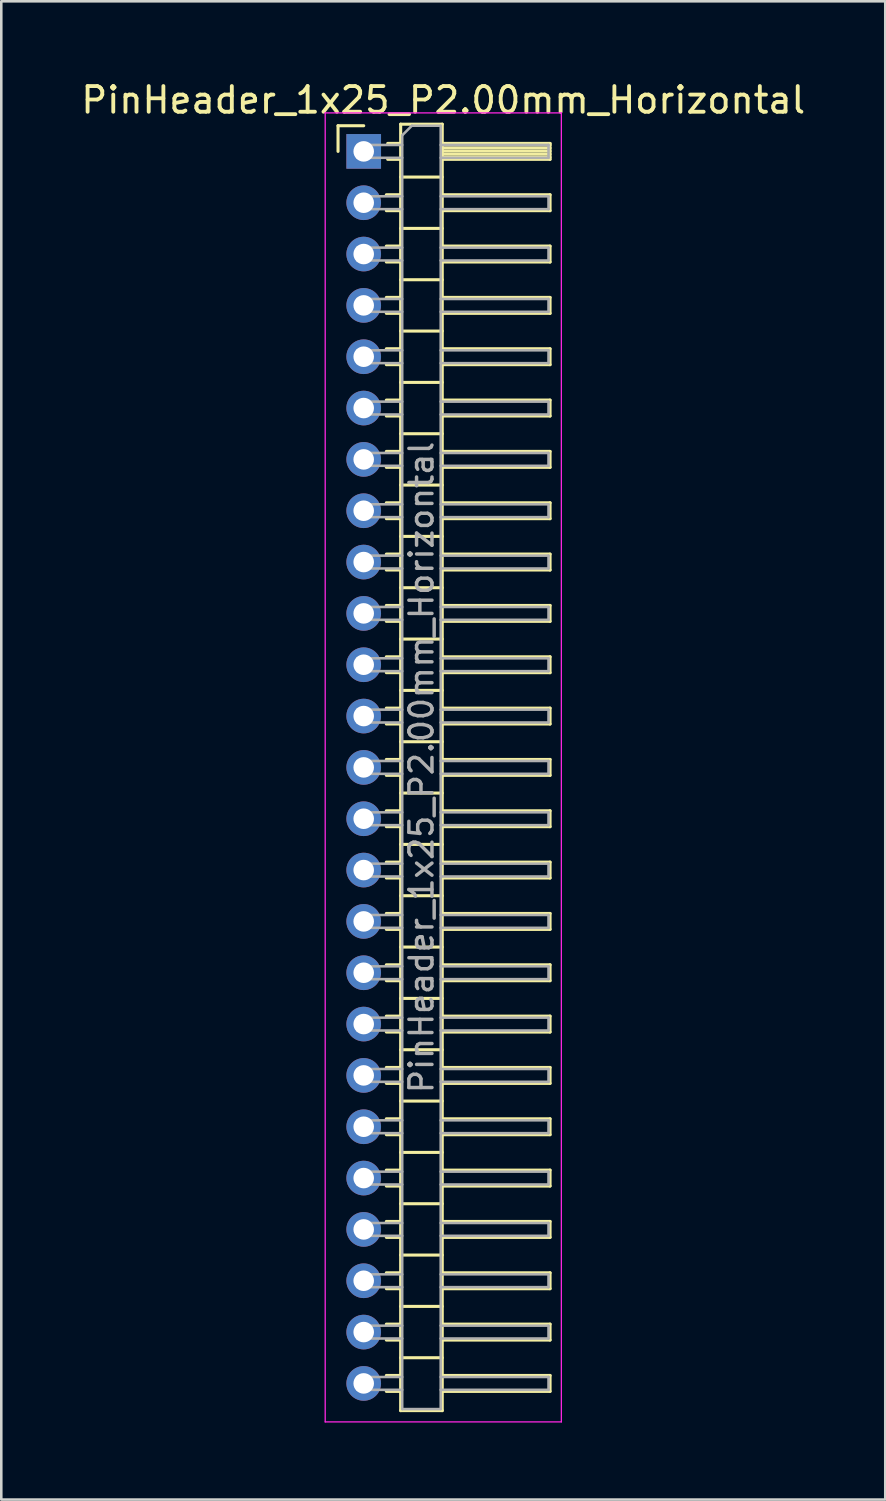
<source format=kicad_pcb>
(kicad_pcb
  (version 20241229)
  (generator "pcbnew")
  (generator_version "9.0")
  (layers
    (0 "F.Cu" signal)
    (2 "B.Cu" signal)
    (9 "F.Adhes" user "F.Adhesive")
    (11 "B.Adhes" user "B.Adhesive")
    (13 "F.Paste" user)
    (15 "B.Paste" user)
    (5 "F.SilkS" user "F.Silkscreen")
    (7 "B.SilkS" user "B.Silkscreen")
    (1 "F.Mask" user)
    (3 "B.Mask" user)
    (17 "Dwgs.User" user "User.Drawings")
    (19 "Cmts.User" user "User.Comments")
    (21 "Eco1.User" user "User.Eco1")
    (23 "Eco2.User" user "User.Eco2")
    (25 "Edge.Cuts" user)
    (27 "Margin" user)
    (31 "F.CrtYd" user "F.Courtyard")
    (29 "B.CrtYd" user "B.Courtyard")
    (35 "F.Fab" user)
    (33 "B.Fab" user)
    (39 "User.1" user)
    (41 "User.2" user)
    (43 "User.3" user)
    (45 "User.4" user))
  (footprint "PinHeader_1x25_P2.00mm_Horizontal"
    (layer "F.Cu")
    (at 11.12 2.848)
    (property "Reference" "PinHeader_1x25_P2.00mm_Horizontal" (at 3.1 -2 0) (layer "F.SilkS") (effects (font (size 1 1) (thickness 0.15))))
    (attr through_hole)
    (fp_line (start -1 -1) (end 0 -1) (stroke (width 0.12) (type solid)) (layer "F.SilkS"))
    (fp_line (start -1 0) (end -1 -1) (stroke (width 0.12) (type solid)) (layer "F.SilkS"))
    (fp_line (start 0.882 1.69) (end 1.44 1.69) (stroke (width 0.12) (type solid)) (layer "F.SilkS"))
    (fp_line (start 0.882 2.31) (end 1.44 2.31) (stroke (width 0.12) (type solid)) (layer "F.SilkS"))
    (fp_line (start 0.882 3.69) (end 1.44 3.69) (stroke (width 0.12) (type solid)) (layer "F.SilkS"))
    (fp_line (start 0.882 4.31) (end 1.44 4.31) (stroke (width 0.12) (type solid)) (layer "F.SilkS"))
    (fp_line (start 0.882 5.69) (end 1.44 5.69) (stroke (width 0.12) (type solid)) (layer "F.SilkS"))
    (fp_line (start 0.882 6.31) (end 1.44 6.31) (stroke (width 0.12) (type solid)) (layer "F.SilkS"))
    (fp_line (start 0.882 7.69) (end 1.44 7.69) (stroke (width 0.12) (type solid)) (layer "F.SilkS"))
    (fp_line (start 0.882 8.31) (end 1.44 8.31) (stroke (width 0.12) (type solid)) (layer "F.SilkS"))
    (fp_line (start 0.882 9.69) (end 1.44 9.69) (stroke (width 0.12) (type solid)) (layer "F.SilkS"))
    (fp_line (start 0.882 10.31) (end 1.44 10.31) (stroke (width 0.12) (type solid)) (layer "F.SilkS"))
    (fp_line (start 0.882 11.69) (end 1.44 11.69) (stroke (width 0.12) (type solid)) (layer "F.SilkS"))
    (fp_line (start 0.882 12.31) (end 1.44 12.31) (stroke (width 0.12) (type solid)) (layer "F.SilkS"))
    (fp_line (start 0.882 13.69) (end 1.44 13.69) (stroke (width 0.12) (type solid)) (layer "F.SilkS"))
    (fp_line (start 0.882 14.31) (end 1.44 14.31) (stroke (width 0.12) (type solid)) (layer "F.SilkS"))
    (fp_line (start 0.882 15.69) (end 1.44 15.69) (stroke (width 0.12) (type solid)) (layer "F.SilkS"))
    (fp_line (start 0.882 16.31) (end 1.44 16.31) (stroke (width 0.12) (type solid)) (layer "F.SilkS"))
    (fp_line (start 0.882 17.69) (end 1.44 17.69) (stroke (width 0.12) (type solid)) (layer "F.SilkS"))
    (fp_line (start 0.882 18.31) (end 1.44 18.31) (stroke (width 0.12) (type solid)) (layer "F.SilkS"))
    (fp_line (start 0.882 19.69) (end 1.44 19.69) (stroke (width 0.12) (type solid)) (layer "F.SilkS"))
    (fp_line (start 0.882 20.31) (end 1.44 20.31) (stroke (width 0.12) (type solid)) (layer "F.SilkS"))
    (fp_line (start 0.882 21.69) (end 1.44 21.69) (stroke (width 0.12) (type solid)) (layer "F.SilkS"))
    (fp_line (start 0.882 22.31) (end 1.44 22.31) (stroke (width 0.12) (type solid)) (layer "F.SilkS"))
    (fp_line (start 0.882 23.69) (end 1.44 23.69) (stroke (width 0.12) (type solid)) (layer "F.SilkS"))
    (fp_line (start 0.882 24.31) (end 1.44 24.31) (stroke (width 0.12) (type solid)) (layer "F.SilkS"))
    (fp_line (start 0.882 25.69) (end 1.44 25.69) (stroke (width 0.12) (type solid)) (layer "F.SilkS"))
    (fp_line (start 0.882 26.31) (end 1.44 26.31) (stroke (width 0.12) (type solid)) (layer "F.SilkS"))
    (fp_line (start 0.882 27.69) (end 1.44 27.69) (stroke (width 0.12) (type solid)) (layer "F.SilkS"))
    (fp_line (start 0.882 28.31) (end 1.44 28.31) (stroke (width 0.12) (type solid)) (layer "F.SilkS"))
    (fp_line (start 0.882 29.69) (end 1.44 29.69) (stroke (width 0.12) (type solid)) (layer "F.SilkS"))
    (fp_line (start 0.882 30.31) (end 1.44 30.31) (stroke (width 0.12) (type solid)) (layer "F.SilkS"))
    (fp_line (start 0.882 31.69) (end 1.44 31.69) (stroke (width 0.12) (type solid)) (layer "F.SilkS"))
    (fp_line (start 0.882 32.31) (end 1.44 32.31) (stroke (width 0.12) (type solid)) (layer "F.SilkS"))
    (fp_line (start 0.882 33.69) (end 1.44 33.69) (stroke (width 0.12) (type solid)) (layer "F.SilkS"))
    (fp_line (start 0.882 34.31) (end 1.44 34.31) (stroke (width 0.12) (type solid)) (layer "F.SilkS"))
    (fp_line (start 0.882 35.69) (end 1.44 35.69) (stroke (width 0.12) (type solid)) (layer "F.SilkS"))
    (fp_line (start 0.882 36.31) (end 1.44 36.31) (stroke (width 0.12) (type solid)) (layer "F.SilkS"))
    (fp_line (start 0.882 37.69) (end 1.44 37.69) (stroke (width 0.12) (type solid)) (layer "F.SilkS"))
    (fp_line (start 0.882 38.31) (end 1.44 38.31) (stroke (width 0.12) (type solid)) (layer "F.SilkS"))
    (fp_line (start 0.882 39.69) (end 1.44 39.69) (stroke (width 0.12) (type solid)) (layer "F.SilkS"))
    (fp_line (start 0.882 40.31) (end 1.44 40.31) (stroke (width 0.12) (type solid)) (layer "F.SilkS"))
    (fp_line (start 0.882 41.69) (end 1.44 41.69) (stroke (width 0.12) (type solid)) (layer "F.SilkS"))
    (fp_line (start 0.882 42.31) (end 1.44 42.31) (stroke (width 0.12) (type solid)) (layer "F.SilkS"))
    (fp_line (start 0.882 43.69) (end 1.44 43.69) (stroke (width 0.12) (type solid)) (layer "F.SilkS"))
    (fp_line (start 0.882 44.31) (end 1.44 44.31) (stroke (width 0.12) (type solid)) (layer "F.SilkS"))
    (fp_line (start 0.882 45.69) (end 1.44 45.69) (stroke (width 0.12) (type solid)) (layer "F.SilkS"))
    (fp_line (start 0.882 46.31) (end 1.44 46.31) (stroke (width 0.12) (type solid)) (layer "F.SilkS"))
    (fp_line (start 0.882 47.69) (end 1.44 47.69) (stroke (width 0.12) (type solid)) (layer "F.SilkS"))
    (fp_line (start 0.882 48.31) (end 1.44 48.31) (stroke (width 0.12) (type solid)) (layer "F.SilkS"))
    (fp_line (start 0.935 -0.31) (end 1.44 -0.31) (stroke (width 0.12) (type solid)) (layer "F.SilkS"))
    (fp_line (start 0.935 0.31) (end 1.44 0.31) (stroke (width 0.12) (type solid)) (layer "F.SilkS"))
    (fp_line (start 1.44 -1.06) (end 1.44 49.06) (stroke (width 0.12) (type solid)) (layer "F.SilkS"))
    (fp_line (start 1.44 1) (end 3.06 1) (stroke (width 0.12) (type solid)) (layer "F.SilkS"))
    (fp_line (start 1.44 3) (end 3.06 3) (stroke (width 0.12) (type solid)) (layer "F.SilkS"))
    (fp_line (start 1.44 5) (end 3.06 5) (stroke (width 0.12) (type solid)) (layer "F.SilkS"))
    (fp_line (start 1.44 7) (end 3.06 7) (stroke (width 0.12) (type solid)) (layer "F.SilkS"))
    (fp_line (start 1.44 9) (end 3.06 9) (stroke (width 0.12) (type solid)) (layer "F.SilkS"))
    (fp_line (start 1.44 11) (end 3.06 11) (stroke (width 0.12) (type solid)) (layer "F.SilkS"))
    (fp_line (start 1.44 13) (end 3.06 13) (stroke (width 0.12) (type solid)) (layer "F.SilkS"))
    (fp_line (start 1.44 15) (end 3.06 15) (stroke (width 0.12) (type solid)) (layer "F.SilkS"))
    (fp_line (start 1.44 17) (end 3.06 17) (stroke (width 0.12) (type solid)) (layer "F.SilkS"))
    (fp_line (start 1.44 19) (end 3.06 19) (stroke (width 0.12) (type solid)) (layer "F.SilkS"))
    (fp_line (start 1.44 21) (end 3.06 21) (stroke (width 0.12) (type solid)) (layer "F.SilkS"))
    (fp_line (start 1.44 23) (end 3.06 23) (stroke (width 0.12) (type solid)) (layer "F.SilkS"))
    (fp_line (start 1.44 25) (end 3.06 25) (stroke (width 0.12) (type solid)) (layer "F.SilkS"))
    (fp_line (start 1.44 27) (end 3.06 27) (stroke (width 0.12) (type solid)) (layer "F.SilkS"))
    (fp_line (start 1.44 29) (end 3.06 29) (stroke (width 0.12) (type solid)) (layer "F.SilkS"))
    (fp_line (start 1.44 31) (end 3.06 31) (stroke (width 0.12) (type solid)) (layer "F.SilkS"))
    (fp_line (start 1.44 33) (end 3.06 33) (stroke (width 0.12) (type solid)) (layer "F.SilkS"))
    (fp_line (start 1.44 35) (end 3.06 35) (stroke (width 0.12) (type solid)) (layer "F.SilkS"))
    (fp_line (start 1.44 37) (end 3.06 37) (stroke (width 0.12) (type solid)) (layer "F.SilkS"))
    (fp_line (start 1.44 39) (end 3.06 39) (stroke (width 0.12) (type solid)) (layer "F.SilkS"))
    (fp_line (start 1.44 41) (end 3.06 41) (stroke (width 0.12) (type solid)) (layer "F.SilkS"))
    (fp_line (start 1.44 43) (end 3.06 43) (stroke (width 0.12) (type solid)) (layer "F.SilkS"))
    (fp_line (start 1.44 45) (end 3.06 45) (stroke (width 0.12) (type solid)) (layer "F.SilkS"))
    (fp_line (start 1.44 47) (end 3.06 47) (stroke (width 0.12) (type solid)) (layer "F.SilkS"))
    (fp_line (start 1.44 49.06) (end 3.06 49.06) (stroke (width 0.12) (type solid)) (layer "F.SilkS"))
    (fp_line (start 3.06 -1.06) (end 1.44 -1.06) (stroke (width 0.12) (type solid)) (layer "F.SilkS"))
    (fp_line (start 3.06 -0.31) (end 7.26 -0.31) (stroke (width 0.12) (type solid)) (layer "F.SilkS"))
    (fp_line (start 3.06 -0.25) (end 7.26 -0.25) (stroke (width 0.12) (type solid)) (layer "F.SilkS"))
    (fp_line (start 3.06 -0.13) (end 7.26 -0.13) (stroke (width 0.12) (type solid)) (layer "F.SilkS"))
    (fp_line (start 3.06 -0.01) (end 7.26 -0.01) (stroke (width 0.12) (type solid)) (layer "F.SilkS"))
    (fp_line (start 3.06 0.11) (end 7.26 0.11) (stroke (width 0.12) (type solid)) (layer "F.SilkS"))
    (fp_line (start 3.06 0.23) (end 7.26 0.23) (stroke (width 0.12) (type solid)) (layer "F.SilkS"))
    (fp_line (start 3.06 1.69) (end 7.26 1.69) (stroke (width 0.12) (type solid)) (layer "F.SilkS"))
    (fp_line (start 3.06 3.69) (end 7.26 3.69) (stroke (width 0.12) (type solid)) (layer "F.SilkS"))
    (fp_line (start 3.06 5.69) (end 7.26 5.69) (stroke (width 0.12) (type solid)) (layer "F.SilkS"))
    (fp_line (start 3.06 7.69) (end 7.26 7.69) (stroke (width 0.12) (type solid)) (layer "F.SilkS"))
    (fp_line (start 3.06 9.69) (end 7.26 9.69) (stroke (width 0.12) (type solid)) (layer "F.SilkS"))
    (fp_line (start 3.06 11.69) (end 7.26 11.69) (stroke (width 0.12) (type solid)) (layer "F.SilkS"))
    (fp_line (start 3.06 13.69) (end 7.26 13.69) (stroke (width 0.12) (type solid)) (layer "F.SilkS"))
    (fp_line (start 3.06 15.69) (end 7.26 15.69) (stroke (width 0.12) (type solid)) (layer "F.SilkS"))
    (fp_line (start 3.06 17.69) (end 7.26 17.69) (stroke (width 0.12) (type solid)) (layer "F.SilkS"))
    (fp_line (start 3.06 19.69) (end 7.26 19.69) (stroke (width 0.12) (type solid)) (layer "F.SilkS"))
    (fp_line (start 3.06 21.69) (end 7.26 21.69) (stroke (width 0.12) (type solid)) (layer "F.SilkS"))
    (fp_line (start 3.06 23.69) (end 7.26 23.69) (stroke (width 0.12) (type solid)) (layer "F.SilkS"))
    (fp_line (start 3.06 25.69) (end 7.26 25.69) (stroke (width 0.12) (type solid)) (layer "F.SilkS"))
    (fp_line (start 3.06 27.69) (end 7.26 27.69) (stroke (width 0.12) (type solid)) (layer "F.SilkS"))
    (fp_line (start 3.06 29.69) (end 7.26 29.69) (stroke (width 0.12) (type solid)) (layer "F.SilkS"))
    (fp_line (start 3.06 31.69) (end 7.26 31.69) (stroke (width 0.12) (type solid)) (layer "F.SilkS"))
    (fp_line (start 3.06 33.69) (end 7.26 33.69) (stroke (width 0.12) (type solid)) (layer "F.SilkS"))
    (fp_line (start 3.06 35.69) (end 7.26 35.69) (stroke (width 0.12) (type solid)) (layer "F.SilkS"))
    (fp_line (start 3.06 37.69) (end 7.26 37.69) (stroke (width 0.12) (type solid)) (layer "F.SilkS"))
    (fp_line (start 3.06 39.69) (end 7.26 39.69) (stroke (width 0.12) (type solid)) (layer "F.SilkS"))
    (fp_line (start 3.06 41.69) (end 7.26 41.69) (stroke (width 0.12) (type solid)) (layer "F.SilkS"))
    (fp_line (start 3.06 43.69) (end 7.26 43.69) (stroke (width 0.12) (type solid)) (layer "F.SilkS"))
    (fp_line (start 3.06 45.69) (end 7.26 45.69) (stroke (width 0.12) (type solid)) (layer "F.SilkS"))
    (fp_line (start 3.06 47.69) (end 7.26 47.69) (stroke (width 0.12) (type solid)) (layer "F.SilkS"))
    (fp_line (start 3.06 49.06) (end 3.06 -1.06) (stroke (width 0.12) (type solid)) (layer "F.SilkS"))
    (fp_line (start 7.26 -0.31) (end 7.26 0.31) (stroke (width 0.12) (type solid)) (layer "F.SilkS"))
    (fp_line (start 7.26 0.31) (end 3.06 0.31) (stroke (width 0.12) (type solid)) (layer "F.SilkS"))
    (fp_line (start 7.26 1.69) (end 7.26 2.31) (stroke (width 0.12) (type solid)) (layer "F.SilkS"))
    (fp_line (start 7.26 2.31) (end 3.06 2.31) (stroke (width 0.12) (type solid)) (layer "F.SilkS"))
    (fp_line (start 7.26 3.69) (end 7.26 4.31) (stroke (width 0.12) (type solid)) (layer "F.SilkS"))
    (fp_line (start 7.26 4.31) (end 3.06 4.31) (stroke (width 0.12) (type solid)) (layer "F.SilkS"))
    (fp_line (start 7.26 5.69) (end 7.26 6.31) (stroke (width 0.12) (type solid)) (layer "F.SilkS"))
    (fp_line (start 7.26 6.31) (end 3.06 6.31) (stroke (width 0.12) (type solid)) (layer "F.SilkS"))
    (fp_line (start 7.26 7.69) (end 7.26 8.31) (stroke (width 0.12) (type solid)) (layer "F.SilkS"))
    (fp_line (start 7.26 8.31) (end 3.06 8.31) (stroke (width 0.12) (type solid)) (layer "F.SilkS"))
    (fp_line (start 7.26 9.69) (end 7.26 10.31) (stroke (width 0.12) (type solid)) (layer "F.SilkS"))
    (fp_line (start 7.26 10.31) (end 3.06 10.31) (stroke (width 0.12) (type solid)) (layer "F.SilkS"))
    (fp_line (start 7.26 11.69) (end 7.26 12.31) (stroke (width 0.12) (type solid)) (layer "F.SilkS"))
    (fp_line (start 7.26 12.31) (end 3.06 12.31) (stroke (width 0.12) (type solid)) (layer "F.SilkS"))
    (fp_line (start 7.26 13.69) (end 7.26 14.31) (stroke (width 0.12) (type solid)) (layer "F.SilkS"))
    (fp_line (start 7.26 14.31) (end 3.06 14.31) (stroke (width 0.12) (type solid)) (layer "F.SilkS"))
    (fp_line (start 7.26 15.69) (end 7.26 16.31) (stroke (width 0.12) (type solid)) (layer "F.SilkS"))
    (fp_line (start 7.26 16.31) (end 3.06 16.31) (stroke (width 0.12) (type solid)) (layer "F.SilkS"))
    (fp_line (start 7.26 17.69) (end 7.26 18.31) (stroke (width 0.12) (type solid)) (layer "F.SilkS"))
    (fp_line (start 7.26 18.31) (end 3.06 18.31) (stroke (width 0.12) (type solid)) (layer "F.SilkS"))
    (fp_line (start 7.26 19.69) (end 7.26 20.31) (stroke (width 0.12) (type solid)) (layer "F.SilkS"))
    (fp_line (start 7.26 20.31) (end 3.06 20.31) (stroke (width 0.12) (type solid)) (layer "F.SilkS"))
    (fp_line (start 7.26 21.69) (end 7.26 22.31) (stroke (width 0.12) (type solid)) (layer "F.SilkS"))
    (fp_line (start 7.26 22.31) (end 3.06 22.31) (stroke (width 0.12) (type solid)) (layer "F.SilkS"))
    (fp_line (start 7.26 23.69) (end 7.26 24.31) (stroke (width 0.12) (type solid)) (layer "F.SilkS"))
    (fp_line (start 7.26 24.31) (end 3.06 24.31) (stroke (width 0.12) (type solid)) (layer "F.SilkS"))
    (fp_line (start 7.26 25.69) (end 7.26 26.31) (stroke (width 0.12) (type solid)) (layer "F.SilkS"))
    (fp_line (start 7.26 26.31) (end 3.06 26.31) (stroke (width 0.12) (type solid)) (layer "F.SilkS"))
    (fp_line (start 7.26 27.69) (end 7.26 28.31) (stroke (width 0.12) (type solid)) (layer "F.SilkS"))
    (fp_line (start 7.26 28.31) (end 3.06 28.31) (stroke (width 0.12) (type solid)) (layer "F.SilkS"))
    (fp_line (start 7.26 29.69) (end 7.26 30.31) (stroke (width 0.12) (type solid)) (layer "F.SilkS"))
    (fp_line (start 7.26 30.31) (end 3.06 30.31) (stroke (width 0.12) (type solid)) (layer "F.SilkS"))
    (fp_line (start 7.26 31.69) (end 7.26 32.31) (stroke (width 0.12) (type solid)) (layer "F.SilkS"))
    (fp_line (start 7.26 32.31) (end 3.06 32.31) (stroke (width 0.12) (type solid)) (layer "F.SilkS"))
    (fp_line (start 7.26 33.69) (end 7.26 34.31) (stroke (width 0.12) (type solid)) (layer "F.SilkS"))
    (fp_line (start 7.26 34.31) (end 3.06 34.31) (stroke (width 0.12) (type solid)) (layer "F.SilkS"))
    (fp_line (start 7.26 35.69) (end 7.26 36.31) (stroke (width 0.12) (type solid)) (layer "F.SilkS"))
    (fp_line (start 7.26 36.31) (end 3.06 36.31) (stroke (width 0.12) (type solid)) (layer "F.SilkS"))
    (fp_line (start 7.26 37.69) (end 7.26 38.31) (stroke (width 0.12) (type solid)) (layer "F.SilkS"))
    (fp_line (start 7.26 38.31) (end 3.06 38.31) (stroke (width 0.12) (type solid)) (layer "F.SilkS"))
    (fp_line (start 7.26 39.69) (end 7.26 40.31) (stroke (width 0.12) (type solid)) (layer "F.SilkS"))
    (fp_line (start 7.26 40.31) (end 3.06 40.31) (stroke (width 0.12) (type solid)) (layer "F.SilkS"))
    (fp_line (start 7.26 41.69) (end 7.26 42.31) (stroke (width 0.12) (type solid)) (layer "F.SilkS"))
    (fp_line (start 7.26 42.31) (end 3.06 42.31) (stroke (width 0.12) (type solid)) (layer "F.SilkS"))
    (fp_line (start 7.26 43.69) (end 7.26 44.31) (stroke (width 0.12) (type solid)) (layer "F.SilkS"))
    (fp_line (start 7.26 44.31) (end 3.06 44.31) (stroke (width 0.12) (type solid)) (layer "F.SilkS"))
    (fp_line (start 7.26 45.69) (end 7.26 46.31) (stroke (width 0.12) (type solid)) (layer "F.SilkS"))
    (fp_line (start 7.26 46.31) (end 3.06 46.31) (stroke (width 0.12) (type solid)) (layer "F.SilkS"))
    (fp_line (start 7.26 47.69) (end 7.26 48.31) (stroke (width 0.12) (type solid)) (layer "F.SilkS"))
    (fp_line (start 7.26 48.31) (end 3.06 48.31) (stroke (width 0.12) (type solid)) (layer "F.SilkS"))
    (fp_line (start -1.5 -1.5) (end -1.5 49.5) (stroke (width 0.05) (type solid)) (layer "F.CrtYd"))
    (fp_line (start -1.5 49.5) (end 7.7 49.5) (stroke (width 0.05) (type solid)) (layer "F.CrtYd"))
    (fp_line (start 7.7 -1.5) (end -1.5 -1.5) (stroke (width 0.05) (type solid)) (layer "F.CrtYd"))
    (fp_line (start 7.7 49.5) (end 7.7 -1.5) (stroke (width 0.05) (type solid)) (layer "F.CrtYd"))
    (fp_line (start -0.25 -0.25) (end -0.25 0.25) (stroke (width 0.1) (type solid)) (layer "F.Fab"))
    (fp_line (start -0.25 -0.25) (end 1.5 -0.25) (stroke (width 0.1) (type solid)) (layer "F.Fab"))
    (fp_line (start -0.25 0.25) (end 1.5 0.25) (stroke (width 0.1) (type solid)) (layer "F.Fab"))
    (fp_line (start -0.25 1.75) (end -0.25 2.25) (stroke (width 0.1) (type solid)) (layer "F.Fab"))
    (fp_line (start -0.25 1.75) (end 1.5 1.75) (stroke (width 0.1) (type solid)) (layer "F.Fab"))
    (fp_line (start -0.25 2.25) (end 1.5 2.25) (stroke (width 0.1) (type solid)) (layer "F.Fab"))
    (fp_line (start -0.25 3.75) (end -0.25 4.25) (stroke (width 0.1) (type solid)) (layer "F.Fab"))
    (fp_line (start -0.25 3.75) (end 1.5 3.75) (stroke (width 0.1) (type solid)) (layer "F.Fab"))
    (fp_line (start -0.25 4.25) (end 1.5 4.25) (stroke (width 0.1) (type solid)) (layer "F.Fab"))
    (fp_line (start -0.25 5.75) (end -0.25 6.25) (stroke (width 0.1) (type solid)) (layer "F.Fab"))
    (fp_line (start -0.25 5.75) (end 1.5 5.75) (stroke (width 0.1) (type solid)) (layer "F.Fab"))
    (fp_line (start -0.25 6.25) (end 1.5 6.25) (stroke (width 0.1) (type solid)) (layer "F.Fab"))
    (fp_line (start -0.25 7.75) (end -0.25 8.25) (stroke (width 0.1) (type solid)) (layer "F.Fab"))
    (fp_line (start -0.25 7.75) (end 1.5 7.75) (stroke (width 0.1) (type solid)) (layer "F.Fab"))
    (fp_line (start -0.25 8.25) (end 1.5 8.25) (stroke (width 0.1) (type solid)) (layer "F.Fab"))
    (fp_line (start -0.25 9.75) (end -0.25 10.25) (stroke (width 0.1) (type solid)) (layer "F.Fab"))
    (fp_line (start -0.25 9.75) (end 1.5 9.75) (stroke (width 0.1) (type solid)) (layer "F.Fab"))
    (fp_line (start -0.25 10.25) (end 1.5 10.25) (stroke (width 0.1) (type solid)) (layer "F.Fab"))
    (fp_line (start -0.25 11.75) (end -0.25 12.25) (stroke (width 0.1) (type solid)) (layer "F.Fab"))
    (fp_line (start -0.25 11.75) (end 1.5 11.75) (stroke (width 0.1) (type solid)) (layer "F.Fab"))
    (fp_line (start -0.25 12.25) (end 1.5 12.25) (stroke (width 0.1) (type solid)) (layer "F.Fab"))
    (fp_line (start -0.25 13.75) (end -0.25 14.25) (stroke (width 0.1) (type solid)) (layer "F.Fab"))
    (fp_line (start -0.25 13.75) (end 1.5 13.75) (stroke (width 0.1) (type solid)) (layer "F.Fab"))
    (fp_line (start -0.25 14.25) (end 1.5 14.25) (stroke (width 0.1) (type solid)) (layer "F.Fab"))
    (fp_line (start -0.25 15.75) (end -0.25 16.25) (stroke (width 0.1) (type solid)) (layer "F.Fab"))
    (fp_line (start -0.25 15.75) (end 1.5 15.75) (stroke (width 0.1) (type solid)) (layer "F.Fab"))
    (fp_line (start -0.25 16.25) (end 1.5 16.25) (stroke (width 0.1) (type solid)) (layer "F.Fab"))
    (fp_line (start -0.25 17.75) (end -0.25 18.25) (stroke (width 0.1) (type solid)) (layer "F.Fab"))
    (fp_line (start -0.25 17.75) (end 1.5 17.75) (stroke (width 0.1) (type solid)) (layer "F.Fab"))
    (fp_line (start -0.25 18.25) (end 1.5 18.25) (stroke (width 0.1) (type solid)) (layer "F.Fab"))
    (fp_line (start -0.25 19.75) (end -0.25 20.25) (stroke (width 0.1) (type solid)) (layer "F.Fab"))
    (fp_line (start -0.25 19.75) (end 1.5 19.75) (stroke (width 0.1) (type solid)) (layer "F.Fab"))
    (fp_line (start -0.25 20.25) (end 1.5 20.25) (stroke (width 0.1) (type solid)) (layer "F.Fab"))
    (fp_line (start -0.25 21.75) (end -0.25 22.25) (stroke (width 0.1) (type solid)) (layer "F.Fab"))
    (fp_line (start -0.25 21.75) (end 1.5 21.75) (stroke (width 0.1) (type solid)) (layer "F.Fab"))
    (fp_line (start -0.25 22.25) (end 1.5 22.25) (stroke (width 0.1) (type solid)) (layer "F.Fab"))
    (fp_line (start -0.25 23.75) (end -0.25 24.25) (stroke (width 0.1) (type solid)) (layer "F.Fab"))
    (fp_line (start -0.25 23.75) (end 1.5 23.75) (stroke (width 0.1) (type solid)) (layer "F.Fab"))
    (fp_line (start -0.25 24.25) (end 1.5 24.25) (stroke (width 0.1) (type solid)) (layer "F.Fab"))
    (fp_line (start -0.25 25.75) (end -0.25 26.25) (stroke (width 0.1) (type solid)) (layer "F.Fab"))
    (fp_line (start -0.25 25.75) (end 1.5 25.75) (stroke (width 0.1) (type solid)) (layer "F.Fab"))
    (fp_line (start -0.25 26.25) (end 1.5 26.25) (stroke (width 0.1) (type solid)) (layer "F.Fab"))
    (fp_line (start -0.25 27.75) (end -0.25 28.25) (stroke (width 0.1) (type solid)) (layer "F.Fab"))
    (fp_line (start -0.25 27.75) (end 1.5 27.75) (stroke (width 0.1) (type solid)) (layer "F.Fab"))
    (fp_line (start -0.25 28.25) (end 1.5 28.25) (stroke (width 0.1) (type solid)) (layer "F.Fab"))
    (fp_line (start -0.25 29.75) (end -0.25 30.25) (stroke (width 0.1) (type solid)) (layer "F.Fab"))
    (fp_line (start -0.25 29.75) (end 1.5 29.75) (stroke (width 0.1) (type solid)) (layer "F.Fab"))
    (fp_line (start -0.25 30.25) (end 1.5 30.25) (stroke (width 0.1) (type solid)) (layer "F.Fab"))
    (fp_line (start -0.25 31.75) (end -0.25 32.25) (stroke (width 0.1) (type solid)) (layer "F.Fab"))
    (fp_line (start -0.25 31.75) (end 1.5 31.75) (stroke (width 0.1) (type solid)) (layer "F.Fab"))
    (fp_line (start -0.25 32.25) (end 1.5 32.25) (stroke (width 0.1) (type solid)) (layer "F.Fab"))
    (fp_line (start -0.25 33.75) (end -0.25 34.25) (stroke (width 0.1) (type solid)) (layer "F.Fab"))
    (fp_line (start -0.25 33.75) (end 1.5 33.75) (stroke (width 0.1) (type solid)) (layer "F.Fab"))
    (fp_line (start -0.25 34.25) (end 1.5 34.25) (stroke (width 0.1) (type solid)) (layer "F.Fab"))
    (fp_line (start -0.25 35.75) (end -0.25 36.25) (stroke (width 0.1) (type solid)) (layer "F.Fab"))
    (fp_line (start -0.25 35.75) (end 1.5 35.75) (stroke (width 0.1) (type solid)) (layer "F.Fab"))
    (fp_line (start -0.25 36.25) (end 1.5 36.25) (stroke (width 0.1) (type solid)) (layer "F.Fab"))
    (fp_line (start -0.25 37.75) (end -0.25 38.25) (stroke (width 0.1) (type solid)) (layer "F.Fab"))
    (fp_line (start -0.25 37.75) (end 1.5 37.75) (stroke (width 0.1) (type solid)) (layer "F.Fab"))
    (fp_line (start -0.25 38.25) (end 1.5 38.25) (stroke (width 0.1) (type solid)) (layer "F.Fab"))
    (fp_line (start -0.25 39.75) (end -0.25 40.25) (stroke (width 0.1) (type solid)) (layer "F.Fab"))
    (fp_line (start -0.25 39.75) (end 1.5 39.75) (stroke (width 0.1) (type solid)) (layer "F.Fab"))
    (fp_line (start -0.25 40.25) (end 1.5 40.25) (stroke (width 0.1) (type solid)) (layer "F.Fab"))
    (fp_line (start -0.25 41.75) (end -0.25 42.25) (stroke (width 0.1) (type solid)) (layer "F.Fab"))
    (fp_line (start -0.25 41.75) (end 1.5 41.75) (stroke (width 0.1) (type solid)) (layer "F.Fab"))
    (fp_line (start -0.25 42.25) (end 1.5 42.25) (stroke (width 0.1) (type solid)) (layer "F.Fab"))
    (fp_line (start -0.25 43.75) (end -0.25 44.25) (stroke (width 0.1) (type solid)) (layer "F.Fab"))
    (fp_line (start -0.25 43.75) (end 1.5 43.75) (stroke (width 0.1) (type solid)) (layer "F.Fab"))
    (fp_line (start -0.25 44.25) (end 1.5 44.25) (stroke (width 0.1) (type solid)) (layer "F.Fab"))
    (fp_line (start -0.25 45.75) (end -0.25 46.25) (stroke (width 0.1) (type solid)) (layer "F.Fab"))
    (fp_line (start -0.25 45.75) (end 1.5 45.75) (stroke (width 0.1) (type solid)) (layer "F.Fab"))
    (fp_line (start -0.25 46.25) (end 1.5 46.25) (stroke (width 0.1) (type solid)) (layer "F.Fab"))
    (fp_line (start -0.25 47.75) (end -0.25 48.25) (stroke (width 0.1) (type solid)) (layer "F.Fab"))
    (fp_line (start -0.25 47.75) (end 1.5 47.75) (stroke (width 0.1) (type solid)) (layer "F.Fab"))
    (fp_line (start -0.25 48.25) (end 1.5 48.25) (stroke (width 0.1) (type solid)) (layer "F.Fab"))
    (fp_line (start 1.5 -0.625) (end 1.875 -1) (stroke (width 0.1) (type solid)) (layer "F.Fab"))
    (fp_line (start 1.5 49) (end 1.5 -0.625) (stroke (width 0.1) (type solid)) (layer "F.Fab"))
    (fp_line (start 1.875 -1) (end 3 -1) (stroke (width 0.1) (type solid)) (layer "F.Fab"))
    (fp_line (start 3 -1) (end 3 49) (stroke (width 0.1) (type solid)) (layer "F.Fab"))
    (fp_line (start 3 -0.25) (end 7.2 -0.25) (stroke (width 0.1) (type solid)) (layer "F.Fab"))
    (fp_line (start 3 0.25) (end 7.2 0.25) (stroke (width 0.1) (type solid)) (layer "F.Fab"))
    (fp_line (start 3 1.75) (end 7.2 1.75) (stroke (width 0.1) (type solid)) (layer "F.Fab"))
    (fp_line (start 3 2.25) (end 7.2 2.25) (stroke (width 0.1) (type solid)) (layer "F.Fab"))
    (fp_line (start 3 3.75) (end 7.2 3.75) (stroke (width 0.1) (type solid)) (layer "F.Fab"))
    (fp_line (start 3 4.25) (end 7.2 4.25) (stroke (width 0.1) (type solid)) (layer "F.Fab"))
    (fp_line (start 3 5.75) (end 7.2 5.75) (stroke (width 0.1) (type solid)) (layer "F.Fab"))
    (fp_line (start 3 6.25) (end 7.2 6.25) (stroke (width 0.1) (type solid)) (layer "F.Fab"))
    (fp_line (start 3 7.75) (end 7.2 7.75) (stroke (width 0.1) (type solid)) (layer "F.Fab"))
    (fp_line (start 3 8.25) (end 7.2 8.25) (stroke (width 0.1) (type solid)) (layer "F.Fab"))
    (fp_line (start 3 9.75) (end 7.2 9.75) (stroke (width 0.1) (type solid)) (layer "F.Fab"))
    (fp_line (start 3 10.25) (end 7.2 10.25) (stroke (width 0.1) (type solid)) (layer "F.Fab"))
    (fp_line (start 3 11.75) (end 7.2 11.75) (stroke (width 0.1) (type solid)) (layer "F.Fab"))
    (fp_line (start 3 12.25) (end 7.2 12.25) (stroke (width 0.1) (type solid)) (layer "F.Fab"))
    (fp_line (start 3 13.75) (end 7.2 13.75) (stroke (width 0.1) (type solid)) (layer "F.Fab"))
    (fp_line (start 3 14.25) (end 7.2 14.25) (stroke (width 0.1) (type solid)) (layer "F.Fab"))
    (fp_line (start 3 15.75) (end 7.2 15.75) (stroke (width 0.1) (type solid)) (layer "F.Fab"))
    (fp_line (start 3 16.25) (end 7.2 16.25) (stroke (width 0.1) (type solid)) (layer "F.Fab"))
    (fp_line (start 3 17.75) (end 7.2 17.75) (stroke (width 0.1) (type solid)) (layer "F.Fab"))
    (fp_line (start 3 18.25) (end 7.2 18.25) (stroke (width 0.1) (type solid)) (layer "F.Fab"))
    (fp_line (start 3 19.75) (end 7.2 19.75) (stroke (width 0.1) (type solid)) (layer "F.Fab"))
    (fp_line (start 3 20.25) (end 7.2 20.25) (stroke (width 0.1) (type solid)) (layer "F.Fab"))
    (fp_line (start 3 21.75) (end 7.2 21.75) (stroke (width 0.1) (type solid)) (layer "F.Fab"))
    (fp_line (start 3 22.25) (end 7.2 22.25) (stroke (width 0.1) (type solid)) (layer "F.Fab"))
    (fp_line (start 3 23.75) (end 7.2 23.75) (stroke (width 0.1) (type solid)) (layer "F.Fab"))
    (fp_line (start 3 24.25) (end 7.2 24.25) (stroke (width 0.1) (type solid)) (layer "F.Fab"))
    (fp_line (start 3 25.75) (end 7.2 25.75) (stroke (width 0.1) (type solid)) (layer "F.Fab"))
    (fp_line (start 3 26.25) (end 7.2 26.25) (stroke (width 0.1) (type solid)) (layer "F.Fab"))
    (fp_line (start 3 27.75) (end 7.2 27.75) (stroke (width 0.1) (type solid)) (layer "F.Fab"))
    (fp_line (start 3 28.25) (end 7.2 28.25) (stroke (width 0.1) (type solid)) (layer "F.Fab"))
    (fp_line (start 3 29.75) (end 7.2 29.75) (stroke (width 0.1) (type solid)) (layer "F.Fab"))
    (fp_line (start 3 30.25) (end 7.2 30.25) (stroke (width 0.1) (type solid)) (layer "F.Fab"))
    (fp_line (start 3 31.75) (end 7.2 31.75) (stroke (width 0.1) (type solid)) (layer "F.Fab"))
    (fp_line (start 3 32.25) (end 7.2 32.25) (stroke (width 0.1) (type solid)) (layer "F.Fab"))
    (fp_line (start 3 33.75) (end 7.2 33.75) (stroke (width 0.1) (type solid)) (layer "F.Fab"))
    (fp_line (start 3 34.25) (end 7.2 34.25) (stroke (width 0.1) (type solid)) (layer "F.Fab"))
    (fp_line (start 3 35.75) (end 7.2 35.75) (stroke (width 0.1) (type solid)) (layer "F.Fab"))
    (fp_line (start 3 36.25) (end 7.2 36.25) (stroke (width 0.1) (type solid)) (layer "F.Fab"))
    (fp_line (start 3 37.75) (end 7.2 37.75) (stroke (width 0.1) (type solid)) (layer "F.Fab"))
    (fp_line (start 3 38.25) (end 7.2 38.25) (stroke (width 0.1) (type solid)) (layer "F.Fab"))
    (fp_line (start 3 39.75) (end 7.2 39.75) (stroke (width 0.1) (type solid)) (layer "F.Fab"))
    (fp_line (start 3 40.25) (end 7.2 40.25) (stroke (width 0.1) (type solid)) (layer "F.Fab"))
    (fp_line (start 3 41.75) (end 7.2 41.75) (stroke (width 0.1) (type solid)) (layer "F.Fab"))
    (fp_line (start 3 42.25) (end 7.2 42.25) (stroke (width 0.1) (type solid)) (layer "F.Fab"))
    (fp_line (start 3 43.75) (end 7.2 43.75) (stroke (width 0.1) (type solid)) (layer "F.Fab"))
    (fp_line (start 3 44.25) (end 7.2 44.25) (stroke (width 0.1) (type solid)) (layer "F.Fab"))
    (fp_line (start 3 45.75) (end 7.2 45.75) (stroke (width 0.1) (type solid)) (layer "F.Fab"))
    (fp_line (start 3 46.25) (end 7.2 46.25) (stroke (width 0.1) (type solid)) (layer "F.Fab"))
    (fp_line (start 3 47.75) (end 7.2 47.75) (stroke (width 0.1) (type solid)) (layer "F.Fab"))
    (fp_line (start 3 48.25) (end 7.2 48.25) (stroke (width 0.1) (type solid)) (layer "F.Fab"))
    (fp_line (start 3 49) (end 1.5 49) (stroke (width 0.1) (type solid)) (layer "F.Fab"))
    (fp_line (start 7.2 -0.25) (end 7.2 0.25) (stroke (width 0.1) (type solid)) (layer "F.Fab"))
    (fp_line (start 7.2 1.75) (end 7.2 2.25) (stroke (width 0.1) (type solid)) (layer "F.Fab"))
    (fp_line (start 7.2 3.75) (end 7.2 4.25) (stroke (width 0.1) (type solid)) (layer "F.Fab"))
    (fp_line (start 7.2 5.75) (end 7.2 6.25) (stroke (width 0.1) (type solid)) (layer "F.Fab"))
    (fp_line (start 7.2 7.75) (end 7.2 8.25) (stroke (width 0.1) (type solid)) (layer "F.Fab"))
    (fp_line (start 7.2 9.75) (end 7.2 10.25) (stroke (width 0.1) (type solid)) (layer "F.Fab"))
    (fp_line (start 7.2 11.75) (end 7.2 12.25) (stroke (width 0.1) (type solid)) (layer "F.Fab"))
    (fp_line (start 7.2 13.75) (end 7.2 14.25) (stroke (width 0.1) (type solid)) (layer "F.Fab"))
    (fp_line (start 7.2 15.75) (end 7.2 16.25) (stroke (width 0.1) (type solid)) (layer "F.Fab"))
    (fp_line (start 7.2 17.75) (end 7.2 18.25) (stroke (width 0.1) (type solid)) (layer "F.Fab"))
    (fp_line (start 7.2 19.75) (end 7.2 20.25) (stroke (width 0.1) (type solid)) (layer "F.Fab"))
    (fp_line (start 7.2 21.75) (end 7.2 22.25) (stroke (width 0.1) (type solid)) (layer "F.Fab"))
    (fp_line (start 7.2 23.75) (end 7.2 24.25) (stroke (width 0.1) (type solid)) (layer "F.Fab"))
    (fp_line (start 7.2 25.75) (end 7.2 26.25) (stroke (width 0.1) (type solid)) (layer "F.Fab"))
    (fp_line (start 7.2 27.75) (end 7.2 28.25) (stroke (width 0.1) (type solid)) (layer "F.Fab"))
    (fp_line (start 7.2 29.75) (end 7.2 30.25) (stroke (width 0.1) (type solid)) (layer "F.Fab"))
    (fp_line (start 7.2 31.75) (end 7.2 32.25) (stroke (width 0.1) (type solid)) (layer "F.Fab"))
    (fp_line (start 7.2 33.75) (end 7.2 34.25) (stroke (width 0.1) (type solid)) (layer "F.Fab"))
    (fp_line (start 7.2 35.75) (end 7.2 36.25) (stroke (width 0.1) (type solid)) (layer "F.Fab"))
    (fp_line (start 7.2 37.75) (end 7.2 38.25) (stroke (width 0.1) (type solid)) (layer "F.Fab"))
    (fp_line (start 7.2 39.75) (end 7.2 40.25) (stroke (width 0.1) (type solid)) (layer "F.Fab"))
    (fp_line (start 7.2 41.75) (end 7.2 42.25) (stroke (width 0.1) (type solid)) (layer "F.Fab"))
    (fp_line (start 7.2 43.75) (end 7.2 44.25) (stroke (width 0.1) (type solid)) (layer "F.Fab"))
    (fp_line (start 7.2 45.75) (end 7.2 46.25) (stroke (width 0.1) (type solid)) (layer "F.Fab"))
    (fp_line (start 7.2 47.75) (end 7.2 48.25) (stroke (width 0.1) (type solid)) (layer "F.Fab"))
    (fp_text user "${REFERENCE}" (at 2.25 24 90) (layer "F.Fab") (effects (font (size 0.9 0.9) (thickness 0.135))))
    (pad "1" thru_hole rect (at 0 0) (size 1.35 1.35) (drill 0.8) (layers "*.Cu" "*.Mask"))
    (pad "2" thru_hole oval (at 0 2) (size 1.35 1.35) (drill 0.8) (layers "*.Cu" "*.Mask"))
    (pad "3" thru_hole oval (at 0 4) (size 1.35 1.35) (drill 0.8) (layers "*.Cu" "*.Mask"))
    (pad "4" thru_hole oval (at 0 6) (size 1.35 1.35) (drill 0.8) (layers "*.Cu" "*.Mask"))
    (pad "5" thru_hole oval (at 0 8) (size 1.35 1.35) (drill 0.8) (layers "*.Cu" "*.Mask"))
    (pad "6" thru_hole oval (at 0 10) (size 1.35 1.35) (drill 0.8) (layers "*.Cu" "*.Mask"))
    (pad "7" thru_hole oval (at 0 12) (size 1.35 1.35) (drill 0.8) (layers "*.Cu" "*.Mask"))
    (pad "8" thru_hole oval (at 0 14) (size 1.35 1.35) (drill 0.8) (layers "*.Cu" "*.Mask"))
    (pad "9" thru_hole oval (at 0 16) (size 1.35 1.35) (drill 0.8) (layers "*.Cu" "*.Mask"))
    (pad "10" thru_hole oval (at 0 18) (size 1.35 1.35) (drill 0.8) (layers "*.Cu" "*.Mask"))
    (pad "11" thru_hole oval (at 0 20) (size 1.35 1.35) (drill 0.8) (layers "*.Cu" "*.Mask"))
    (pad "12" thru_hole oval (at 0 22) (size 1.35 1.35) (drill 0.8) (layers "*.Cu" "*.Mask"))
    (pad "13" thru_hole oval (at 0 24) (size 1.35 1.35) (drill 0.8) (layers "*.Cu" "*.Mask"))
    (pad "14" thru_hole oval (at 0 26) (size 1.35 1.35) (drill 0.8) (layers "*.Cu" "*.Mask"))
    (pad "15" thru_hole oval (at 0 28) (size 1.35 1.35) (drill 0.8) (layers "*.Cu" "*.Mask"))
    (pad "16" thru_hole oval (at 0 30) (size 1.35 1.35) (drill 0.8) (layers "*.Cu" "*.Mask"))
    (pad "17" thru_hole oval (at 0 32) (size 1.35 1.35) (drill 0.8) (layers "*.Cu" "*.Mask"))
    (pad "18" thru_hole oval (at 0 34) (size 1.35 1.35) (drill 0.8) (layers "*.Cu" "*.Mask"))
    (pad "19" thru_hole oval (at 0 36) (size 1.35 1.35) (drill 0.8) (layers "*.Cu" "*.Mask"))
    (pad "20" thru_hole oval (at 0 38) (size 1.35 1.35) (drill 0.8) (layers "*.Cu" "*.Mask"))
    (pad "21" thru_hole oval (at 0 40) (size 1.35 1.35) (drill 0.8) (layers "*.Cu" "*.Mask"))
    (pad "22" thru_hole oval (at 0 42) (size 1.35 1.35) (drill 0.8) (layers "*.Cu" "*.Mask"))
    (pad "23" thru_hole oval (at 0 44) (size 1.35 1.35) (drill 0.8) (layers "*.Cu" "*.Mask"))
    (pad "24" thru_hole oval (at 0 46) (size 1.35 1.35) (drill 0.8) (layers "*.Cu" "*.Mask"))
    (pad "25" thru_hole oval (at 0 48) (size 1.35 1.35) (drill 0.8) (layers "*.Cu" "*.Mask")))
  (gr_rect
    (start -3 -3)
    (end 31.44 55.373)
    (stroke (width 0.1) (type default))
    (fill no)
    (layer "Edge.Cuts")))
</source>
